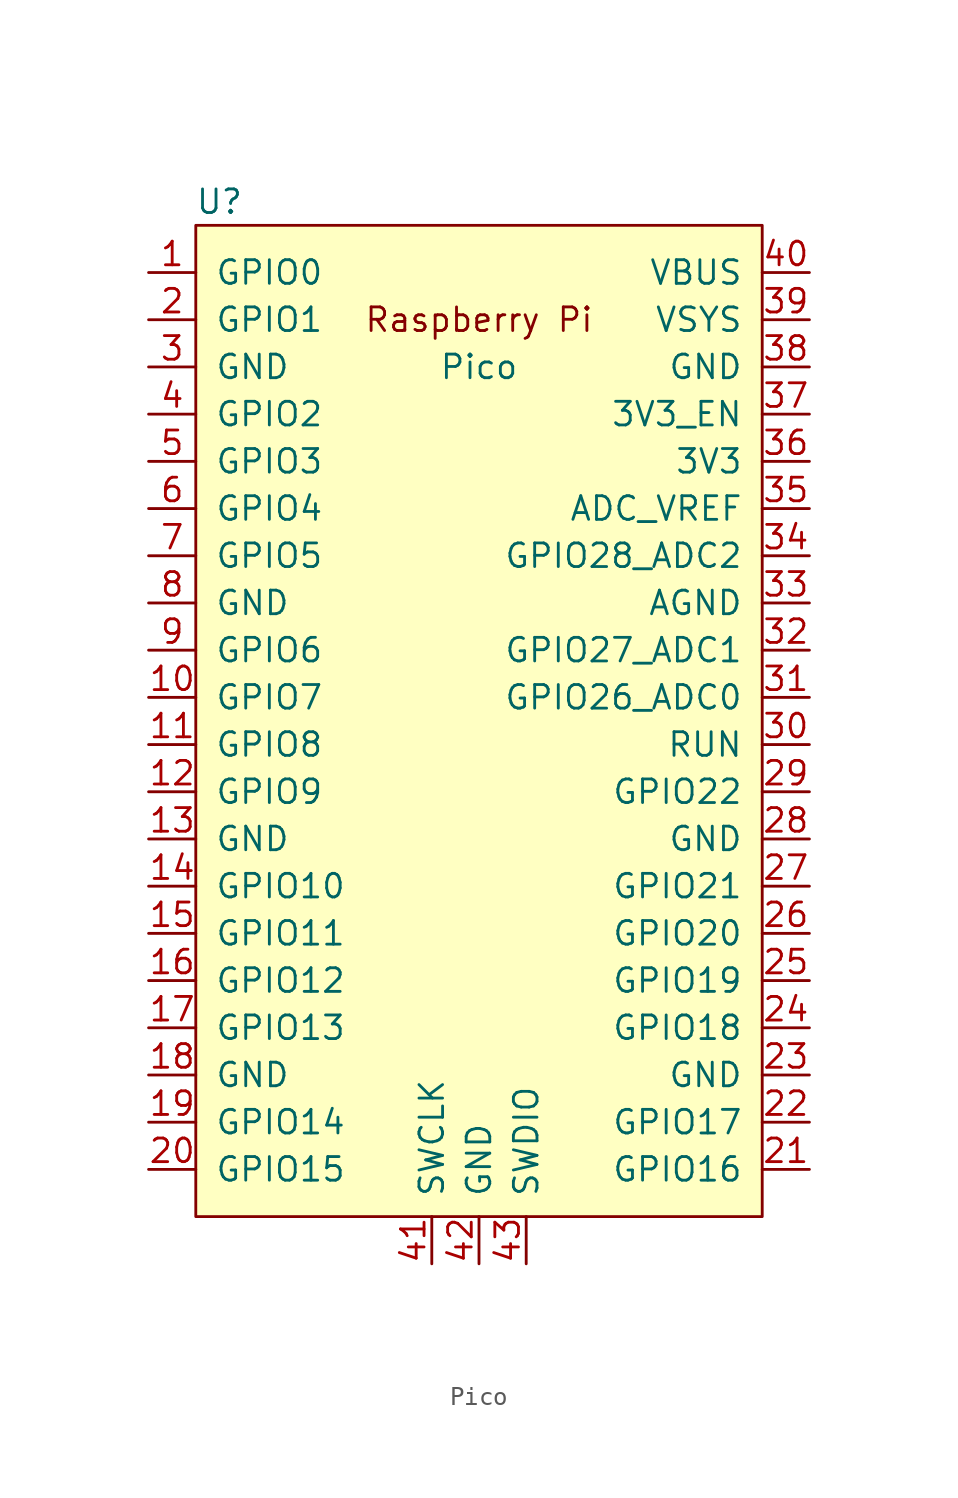
<source format=kicad_sym>
(kicad_symbol_lib
  (version 20241209)
  (generator "kicad_symbol_editor")
  (generator_version "9.0")
  (symbol "Pico"
    (pin_names
      (offset 1.016))
    (property "Reference" "U"
      (at -13.97 27.94 0)
      (effects (font (size 1.27 1.27))))
    (property "Value" "Pico"
      (at 0 19.05 0)
      (effects (font (size 1.27 1.27))))
    (symbol "Pico_0_0"
      (text "Raspberry Pi" (at 0 21.59 0) (effects (font (size 1.27 1.27)))))
    (symbol "Pico_0_1"
      (rectangle (start -15.24 26.67) (end 15.24 -26.67) (stroke (width 0) (type solid)) (fill (type background))))
    (symbol "Pico_1_1"
      (pin bidirectional line (at -17.78 24.13 0) (length 2.54) (name "GPIO0" (effects (font (size 1.27 1.27)))) (number "1" (effects (font (size 1.27 1.27)))))
      (pin bidirectional line (at -17.78 21.59 0) (length 2.54) (name "GPIO1" (effects (font (size 1.27 1.27)))) (number "2" (effects (font (size 1.27 1.27)))))
      (pin power_in line (at -17.78 19.05 0) (length 2.54) (name "GND" (effects (font (size 1.27 1.27)))) (number "3" (effects (font (size 1.27 1.27)))))
      (pin bidirectional line (at -17.78 16.51 0) (length 2.54) (name "GPIO2" (effects (font (size 1.27 1.27)))) (number "4" (effects (font (size 1.27 1.27)))))
      (pin bidirectional line (at -17.78 13.97 0) (length 2.54) (name "GPIO3" (effects (font (size 1.27 1.27)))) (number "5" (effects (font (size 1.27 1.27)))))
      (pin bidirectional line (at -17.78 11.43 0) (length 2.54) (name "GPIO4" (effects (font (size 1.27 1.27)))) (number "6" (effects (font (size 1.27 1.27)))))
      (pin bidirectional line (at -17.78 8.89 0) (length 2.54) (name "GPIO5" (effects (font (size 1.27 1.27)))) (number "7" (effects (font (size 1.27 1.27)))))
      (pin power_in line (at -17.78 6.35 0) (length 2.54) (name "GND" (effects (font (size 1.27 1.27)))) (number "8" (effects (font (size 1.27 1.27)))))
      (pin bidirectional line (at -17.78 3.81 0) (length 2.54) (name "GPIO6" (effects (font (size 1.27 1.27)))) (number "9" (effects (font (size 1.27 1.27)))))
      (pin bidirectional line (at -17.78 1.27 0) (length 2.54) (name "GPIO7" (effects (font (size 1.27 1.27)))) (number "10" (effects (font (size 1.27 1.27)))))
      (pin bidirectional line (at -17.78 -1.27 0) (length 2.54) (name "GPIO8" (effects (font (size 1.27 1.27)))) (number "11" (effects (font (size 1.27 1.27)))))
      (pin bidirectional line (at -17.78 -3.81 0) (length 2.54) (name "GPIO9" (effects (font (size 1.27 1.27)))) (number "12" (effects (font (size 1.27 1.27)))))
      (pin power_in line (at -17.78 -6.35 0) (length 2.54) (name "GND" (effects (font (size 1.27 1.27)))) (number "13" (effects (font (size 1.27 1.27)))))
      (pin bidirectional line (at -17.78 -8.89 0) (length 2.54) (name "GPIO10" (effects (font (size 1.27 1.27)))) (number "14" (effects (font (size 1.27 1.27)))))
      (pin bidirectional line (at -17.78 -11.43 0) (length 2.54) (name "GPIO11" (effects (font (size 1.27 1.27)))) (number "15" (effects (font (size 1.27 1.27)))))
      (pin bidirectional line (at -17.78 -13.97 0) (length 2.54) (name "GPIO12" (effects (font (size 1.27 1.27)))) (number "16" (effects (font (size 1.27 1.27)))))
      (pin bidirectional line (at -17.78 -16.51 0) (length 2.54) (name "GPIO13" (effects (font (size 1.27 1.27)))) (number "17" (effects (font (size 1.27 1.27)))))
      (pin power_in line (at -17.78 -19.05 0) (length 2.54) (name "GND" (effects (font (size 1.27 1.27)))) (number "18" (effects (font (size 1.27 1.27)))))
      (pin bidirectional line (at -17.78 -21.59 0) (length 2.54) (name "GPIO14" (effects (font (size 1.27 1.27)))) (number "19" (effects (font (size 1.27 1.27)))))
      (pin bidirectional line (at -17.78 -24.13 0) (length 2.54) (name "GPIO15" (effects (font (size 1.27 1.27)))) (number "20" (effects (font (size 1.27 1.27)))))
      (pin input line (at -2.54 -29.21 90) (length 2.54) (name "SWCLK" (effects (font (size 1.27 1.27)))) (number "41" (effects (font (size 1.27 1.27)))))
      (pin power_in line (at 0 -29.21 90) (length 2.54) (name "GND" (effects (font (size 1.27 1.27)))) (number "42" (effects (font (size 1.27 1.27)))))
      (pin bidirectional line (at 2.54 -29.21 90) (length 2.54) (name "SWDIO" (effects (font (size 1.27 1.27)))) (number "43" (effects (font (size 1.27 1.27)))))
      (pin power_in line (at 17.78 24.13 180) (length 2.54) (name "VBUS" (effects (font (size 1.27 1.27)))) (number "40" (effects (font (size 1.27 1.27)))))
      (pin power_in line (at 17.78 21.59 180) (length 2.54) (name "VSYS" (effects (font (size 1.27 1.27)))) (number "39" (effects (font (size 1.27 1.27)))))
      (pin power_in line (at 17.78 19.05 180) (length 2.54) (name "GND" (effects (font (size 1.27 1.27)))) (number "38" (effects (font (size 1.27 1.27)))))
      (pin input line (at 17.78 16.51 180) (length 2.54) (name "3V3_EN" (effects (font (size 1.27 1.27)))) (number "37" (effects (font (size 1.27 1.27)))))
      (pin power_out line (at 17.78 13.97 180) (length 2.54) (name "3V3" (effects (font (size 1.27 1.27)))) (number "36" (effects (font (size 1.27 1.27)))))
      (pin unspecified line (at 17.78 11.43 180) (length 2.54) (name "ADC_VREF" (effects (font (size 1.27 1.27)))) (number "35" (effects (font (size 1.27 1.27)))))
      (pin bidirectional line (at 17.78 8.89 180) (length 2.54) (name "GPIO28_ADC2" (effects (font (size 1.27 1.27)))) (number "34" (effects (font (size 1.27 1.27)))))
      (pin power_in line (at 17.78 6.35 180) (length 2.54) (name "AGND" (effects (font (size 1.27 1.27)))) (number "33" (effects (font (size 1.27 1.27)))))
      (pin bidirectional line (at 17.78 3.81 180) (length 2.54) (name "GPIO27_ADC1" (effects (font (size 1.27 1.27)))) (number "32" (effects (font (size 1.27 1.27)))))
      (pin bidirectional line (at 17.78 1.27 180) (length 2.54) (name "GPIO26_ADC0" (effects (font (size 1.27 1.27)))) (number "31" (effects (font (size 1.27 1.27)))))
      (pin input line (at 17.78 -1.27 180) (length 2.54) (name "RUN" (effects (font (size 1.27 1.27)))) (number "30" (effects (font (size 1.27 1.27)))))
      (pin bidirectional line (at 17.78 -3.81 180) (length 2.54) (name "GPIO22" (effects (font (size 1.27 1.27)))) (number "29" (effects (font (size 1.27 1.27)))))
      (pin power_in line (at 17.78 -6.35 180) (length 2.54) (name "GND" (effects (font (size 1.27 1.27)))) (number "28" (effects (font (size 1.27 1.27)))))
      (pin bidirectional line (at 17.78 -8.89 180) (length 2.54) (name "GPIO21" (effects (font (size 1.27 1.27)))) (number "27" (effects (font (size 1.27 1.27)))))
      (pin bidirectional line (at 17.78 -11.43 180) (length 2.54) (name "GPIO20" (effects (font (size 1.27 1.27)))) (number "26" (effects (font (size 1.27 1.27)))))
      (pin bidirectional line (at 17.78 -13.97 180) (length 2.54) (name "GPIO19" (effects (font (size 1.27 1.27)))) (number "25" (effects (font (size 1.27 1.27)))))
      (pin bidirectional line (at 17.78 -16.51 180) (length 2.54) (name "GPIO18" (effects (font (size 1.27 1.27)))) (number "24" (effects (font (size 1.27 1.27)))))
      (pin power_in line (at 17.78 -19.05 180) (length 2.54) (name "GND" (effects (font (size 1.27 1.27)))) (number "23" (effects (font (size 1.27 1.27)))))
      (pin bidirectional line (at 17.78 -21.59 180) (length 2.54) (name "GPIO17" (effects (font (size 1.27 1.27)))) (number "22" (effects (font (size 1.27 1.27)))))
      (pin bidirectional line (at 17.78 -24.13 180) (length 2.54) (name "GPIO16" (effects (font (size 1.27 1.27)))) (number "21" (effects (font (size 1.27 1.27))))))))
</source>
